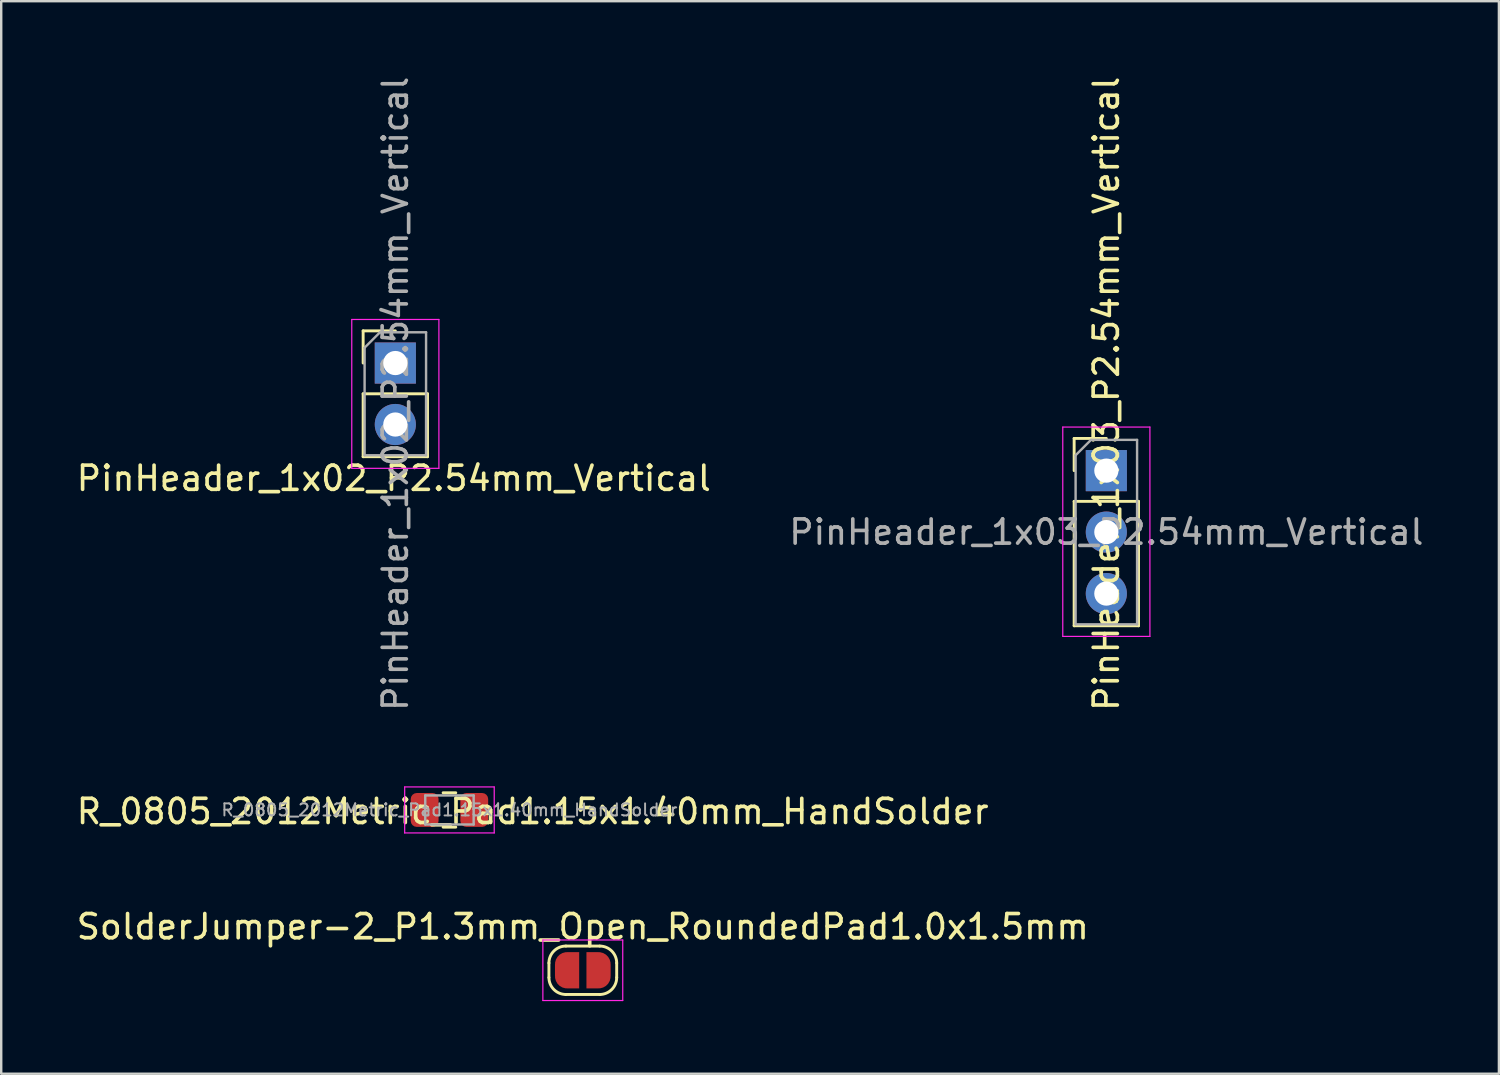
<source format=kicad_pcb>
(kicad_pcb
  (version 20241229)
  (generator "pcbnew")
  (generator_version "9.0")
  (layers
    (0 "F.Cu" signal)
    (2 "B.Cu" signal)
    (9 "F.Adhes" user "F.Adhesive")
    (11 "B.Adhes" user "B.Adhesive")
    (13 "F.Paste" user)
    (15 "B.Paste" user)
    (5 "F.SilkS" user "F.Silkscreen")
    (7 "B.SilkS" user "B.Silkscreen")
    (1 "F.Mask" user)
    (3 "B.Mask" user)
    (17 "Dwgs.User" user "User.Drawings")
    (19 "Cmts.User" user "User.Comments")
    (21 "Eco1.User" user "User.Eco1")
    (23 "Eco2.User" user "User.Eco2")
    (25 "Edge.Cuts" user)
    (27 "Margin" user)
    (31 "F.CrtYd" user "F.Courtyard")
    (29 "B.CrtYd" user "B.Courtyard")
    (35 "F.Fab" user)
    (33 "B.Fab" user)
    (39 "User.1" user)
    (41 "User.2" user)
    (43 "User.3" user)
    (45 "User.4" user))
  (footprint "R_0805_2012Metric_Pad1.15x1.40mm_HandSolder"
    (layer "F.Cu")
    (at 15.52 30.415)
    (property "Reference" "R_0805_2012Metric_Pad1.15x1.40mm_HandSolder" (at 3.438 0.064 180) (layer "F.SilkS") (effects (font (size 1 1) (thickness 0.15))))
    (attr smd)
    (fp_line (start -0.261 -0.71) (end 0.261 -0.71) (stroke (width 0.12) (type solid)) (layer "F.SilkS"))
    (fp_line (start -0.261 0.71) (end 0.261 0.71) (stroke (width 0.12) (type solid)) (layer "F.SilkS"))
    (fp_line (start -1.85 -0.95) (end 1.85 -0.95) (stroke (width 0.05) (type solid)) (layer "F.CrtYd"))
    (fp_line (start -1.85 0.95) (end -1.85 -0.95) (stroke (width 0.05) (type solid)) (layer "F.CrtYd"))
    (fp_line (start 1.85 -0.95) (end 1.85 0.95) (stroke (width 0.05) (type solid)) (layer "F.CrtYd"))
    (fp_line (start 1.85 0.95) (end -1.85 0.95) (stroke (width 0.05) (type solid)) (layer "F.CrtYd"))
    (fp_line (start -1 -0.6) (end 1 -0.6) (stroke (width 0.1) (type solid)) (layer "F.Fab"))
    (fp_line (start -1 0.6) (end -1 -0.6) (stroke (width 0.1) (type solid)) (layer "F.Fab"))
    (fp_line (start 1 -0.6) (end 1 0.6) (stroke (width 0.1) (type solid)) (layer "F.Fab"))
    (fp_line (start 1 0.6) (end -1 0.6) (stroke (width 0.1) (type solid)) (layer "F.Fab"))
    (fp_text user "${REFERENCE}" (at 0 0 180) (layer "F.Fab") (effects (font (size 0.5 0.5) (thickness 0.08))))
    (pad "1" smd roundrect (at -1.025 0) (size 1.15 1.4) (layers "F.Cu" "F.Mask" "F.Paste") (roundrect_rratio 0.217))
    (pad "2" smd roundrect (at 1.025 0) (size 1.15 1.4) (layers "F.Cu" "F.Mask" "F.Paste") (roundrect_rratio 0.217)))
  (footprint "PinHeader_1x02_P2.54mm_Vertical"
    (layer "F.Cu")
    (at 13.284 11.95)
    (property "Reference" "PinHeader_1x02_P2.54mm_Vertical" (at -0.064 4.763 0) (layer "F.SilkS") (effects (font (size 1 1) (thickness 0.15))))
    (attr through_hole)
    (fp_line (start -1.33 -1.33) (end 0 -1.33) (stroke (width 0.12) (type solid)) (layer "F.SilkS"))
    (fp_line (start -1.33 0) (end -1.33 -1.33) (stroke (width 0.12) (type solid)) (layer "F.SilkS"))
    (fp_line (start -1.33 1.27) (end -1.33 3.87) (stroke (width 0.12) (type solid)) (layer "F.SilkS"))
    (fp_line (start -1.33 1.27) (end 1.33 1.27) (stroke (width 0.12) (type solid)) (layer "F.SilkS"))
    (fp_line (start -1.33 3.87) (end 1.33 3.87) (stroke (width 0.12) (type solid)) (layer "F.SilkS"))
    (fp_line (start 1.33 1.27) (end 1.33 3.87) (stroke (width 0.12) (type solid)) (layer "F.SilkS"))
    (fp_line (start -1.8 -1.8) (end -1.8 4.35) (stroke (width 0.05) (type solid)) (layer "F.CrtYd"))
    (fp_line (start -1.8 4.35) (end 1.8 4.35) (stroke (width 0.05) (type solid)) (layer "F.CrtYd"))
    (fp_line (start 1.8 -1.8) (end -1.8 -1.8) (stroke (width 0.05) (type solid)) (layer "F.CrtYd"))
    (fp_line (start 1.8 4.35) (end 1.8 -1.8) (stroke (width 0.05) (type solid)) (layer "F.CrtYd"))
    (fp_line (start -1.27 -0.635) (end -0.635 -1.27) (stroke (width 0.1) (type solid)) (layer "F.Fab"))
    (fp_line (start -1.27 3.81) (end -1.27 -0.635) (stroke (width 0.1) (type solid)) (layer "F.Fab"))
    (fp_line (start -0.635 -1.27) (end 1.27 -1.27) (stroke (width 0.1) (type solid)) (layer "F.Fab"))
    (fp_line (start 1.27 -1.27) (end 1.27 3.81) (stroke (width 0.1) (type solid)) (layer "F.Fab"))
    (fp_line (start 1.27 3.81) (end -1.27 3.81) (stroke (width 0.1) (type solid)) (layer "F.Fab"))
    (fp_text user "${REFERENCE}" (at 0 1.27 90) (layer "F.Fab") (effects (font (size 1 1) (thickness 0.15))))
    (pad "1" thru_hole rect (at 0 0) (size 1.7 1.7) (drill 1) (layers "*.Cu" "*.Mask"))
    (pad "2" thru_hole oval (at 0 2.54) (size 1.7 1.7) (drill 1) (layers "*.Cu" "*.Mask")))
  (footprint "PinHeader_1x03_P2.54mm_Vertical"
    (layer "F.Cu")
    (at 42.661 16.395)
    (property "Reference" "PinHeader_1x03_P2.54mm_Vertical" (at 0 -3.175 90) (layer "F.SilkS") (effects (font (size 1 1) (thickness 0.15))))
    (attr through_hole)
    (fp_line (start -1.33 -1.33) (end 0 -1.33) (stroke (width 0.12) (type solid)) (layer "F.SilkS"))
    (fp_line (start -1.33 0) (end -1.33 -1.33) (stroke (width 0.12) (type solid)) (layer "F.SilkS"))
    (fp_line (start -1.33 1.27) (end -1.33 6.41) (stroke (width 0.12) (type solid)) (layer "F.SilkS"))
    (fp_line (start -1.33 1.27) (end 1.33 1.27) (stroke (width 0.12) (type solid)) (layer "F.SilkS"))
    (fp_line (start -1.33 6.41) (end 1.33 6.41) (stroke (width 0.12) (type solid)) (layer "F.SilkS"))
    (fp_line (start 1.33 1.27) (end 1.33 6.41) (stroke (width 0.12) (type solid)) (layer "F.SilkS"))
    (fp_line (start -1.8 -1.8) (end -1.8 6.85) (stroke (width 0.05) (type solid)) (layer "F.CrtYd"))
    (fp_line (start -1.8 6.85) (end 1.8 6.85) (stroke (width 0.05) (type solid)) (layer "F.CrtYd"))
    (fp_line (start 1.8 -1.8) (end -1.8 -1.8) (stroke (width 0.05) (type solid)) (layer "F.CrtYd"))
    (fp_line (start 1.8 6.85) (end 1.8 -1.8) (stroke (width 0.05) (type solid)) (layer "F.CrtYd"))
    (fp_line (start -1.27 -0.635) (end -0.635 -1.27) (stroke (width 0.1) (type solid)) (layer "F.Fab"))
    (fp_line (start -1.27 6.35) (end -1.27 -0.635) (stroke (width 0.1) (type solid)) (layer "F.Fab"))
    (fp_line (start -0.635 -1.27) (end 1.27 -1.27) (stroke (width 0.1) (type solid)) (layer "F.Fab"))
    (fp_line (start 1.27 -1.27) (end 1.27 6.35) (stroke (width 0.1) (type solid)) (layer "F.Fab"))
    (fp_line (start 1.27 6.35) (end -1.27 6.35) (stroke (width 0.1) (type solid)) (layer "F.Fab"))
    (fp_text user "${REFERENCE}" (at 0 2.54 180) (layer "F.Fab") (effects (font (size 1 1) (thickness 0.15))))
    (pad "1" thru_hole rect (at 0 0) (size 1.7 1.7) (drill 1) (layers "*.Cu" "*.Mask"))
    (pad "2" thru_hole oval (at 0 2.54) (size 1.7 1.7) (drill 1) (layers "*.Cu" "*.Mask"))
    (pad "3" thru_hole oval (at 0 5.08) (size 1.7 1.7) (drill 1) (layers "*.Cu" "*.Mask")))
  (footprint "SolderJumper-2_P1.3mm_Open_RoundedPad1.0x1.5mm"
    (layer "F.Cu")
    (at 21.03 37.039)
    (property "Reference" "SolderJumper-2_P1.3mm_Open_RoundedPad1.0x1.5mm" (at 0 -1.8 180) (layer "F.SilkS") (effects (font (size 1 1) (thickness 0.15))))
    (attr exclude_from_pos_files exclude_from_bom)
    (fp_line (start -1.4 0.3) (end -1.4 -0.3) (stroke (width 0.12) (type solid)) (layer "F.SilkS"))
    (fp_line (start -0.7 -1) (end 0.7 -1) (stroke (width 0.12) (type solid)) (layer "F.SilkS"))
    (fp_line (start 0.7 1) (end -0.7 1) (stroke (width 0.12) (type solid)) (layer "F.SilkS"))
    (fp_line (start 1.4 -0.3) (end 1.4 0.3) (stroke (width 0.12) (type solid)) (layer "F.SilkS"))
    (fp_arc (start -1.4 -0.3) (mid -1.194975 -0.794975) (end -0.7 -1) (stroke (width 0.12) (type solid)) (layer "F.SilkS"))
    (fp_arc (start -0.7 1) (mid -1.194975 0.794975) (end -1.4 0.3) (stroke (width 0.12) (type solid)) (layer "F.SilkS"))
    (fp_arc (start 0.7 -1) (mid 1.194975 -0.794975) (end 1.4 -0.3) (stroke (width 0.12) (type solid)) (layer "F.SilkS"))
    (fp_arc (start 1.4 0.3) (mid 1.194975 0.794975) (end 0.7 1) (stroke (width 0.12) (type solid)) (layer "F.SilkS"))
    (fp_line (start -1.65 -1.25) (end -1.65 1.25) (stroke (width 0.05) (type solid)) (layer "F.CrtYd"))
    (fp_line (start -1.65 -1.25) (end 1.65 -1.25) (stroke (width 0.05) (type solid)) (layer "F.CrtYd"))
    (fp_line (start 1.65 1.25) (end -1.65 1.25) (stroke (width 0.05) (type solid)) (layer "F.CrtYd"))
    (fp_line (start 1.65 1.25) (end 1.65 -1.25) (stroke (width 0.05) (type solid)) (layer "F.CrtYd"))
    (pad "1" smd custom (at -0.65 0) (size 1 0.5) (layers "F.Cu" "F.Mask") (options (anchor rect)) (primitives (gr_circle (center 0 0.25) (end 0.5 0.25) (width 0) (fill yes)) (gr_circle (center 0 -0.25) (end 0.5 -0.25) (width 0) (fill yes)) (gr_poly (pts (xy 0 -0.75) (xy 0.5 -0.75) (xy 0.5 0.75) (xy 0 0.75)) (width 0) (fill yes))))
    (pad "2" smd custom (at 0.65 0) (size 1 0.5) (layers "F.Cu" "F.Mask") (options (anchor rect)) (primitives (gr_circle (center 0 0.25) (end 0.5 0.25) (width 0) (fill yes)) (gr_circle (center 0 -0.25) (end 0.5 -0.25) (width 0) (fill yes)) (gr_poly (pts (xy 0 -0.75) (xy -0.5 -0.75) (xy -0.5 0.75) (xy 0 0.75)) (width 0) (fill yes)))))
  (gr_rect
    (start -3 -3)
    (end 58.881 41.314)
    (stroke (width 0.1) (type default))
    (fill no)
    (layer "Edge.Cuts")))
</source>
